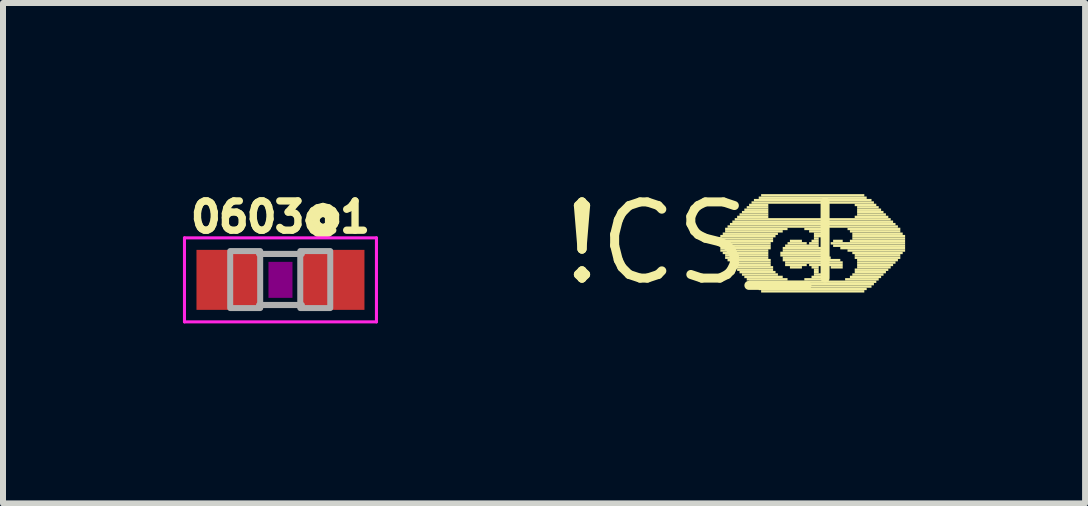
<source format=kicad_pcb>
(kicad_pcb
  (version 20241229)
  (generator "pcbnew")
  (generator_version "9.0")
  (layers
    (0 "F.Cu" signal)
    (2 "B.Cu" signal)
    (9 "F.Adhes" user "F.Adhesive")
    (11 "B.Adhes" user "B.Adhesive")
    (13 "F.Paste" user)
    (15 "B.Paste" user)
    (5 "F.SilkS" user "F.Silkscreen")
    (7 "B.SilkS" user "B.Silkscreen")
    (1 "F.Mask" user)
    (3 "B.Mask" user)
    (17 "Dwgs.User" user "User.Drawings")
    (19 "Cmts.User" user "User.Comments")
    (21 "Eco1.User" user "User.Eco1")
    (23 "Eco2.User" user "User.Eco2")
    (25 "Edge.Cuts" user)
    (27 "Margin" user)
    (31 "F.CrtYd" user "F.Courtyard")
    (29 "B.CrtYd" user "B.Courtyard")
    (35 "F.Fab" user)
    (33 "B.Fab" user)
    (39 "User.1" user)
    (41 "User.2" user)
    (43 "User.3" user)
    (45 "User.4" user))
  (footprint "0603@1"
    (layer "F.Cu")
    (at 1.625 1.615)
    (property "Reference" "0603@1" (at 0 -0.762 0) (layer "F.SilkS") (effects (font (size 0.488 0.488) (thickness 0.122)) (justify bottom)))
    (fp_poly (pts (xy -0.2 0.3) (xy 0.2 0.3) (xy 0.2 -0.3) (xy -0.2 -0.3)) (stroke (width 0) (type default)) (fill yes) (layer "F.Adhes"))
    (fp_line (start -1.6 -0.7) (end 1.6 -0.7) (stroke (width 0.051) (type solid)) (layer "F.CrtYd"))
    (fp_line (start -1.6 0.7) (end -1.6 -0.7) (stroke (width 0.051) (type solid)) (layer "F.CrtYd"))
    (fp_line (start 1.6 -0.7) (end 1.6 0.7) (stroke (width 0.051) (type solid)) (layer "F.CrtYd"))
    (fp_line (start 1.6 0.7) (end -1.6 0.7) (stroke (width 0.051) (type solid)) (layer "F.CrtYd"))
    (fp_line (start -0.356 -0.432) (end 0.356 -0.432) (stroke (width 0.102) (type solid)) (layer "F.Fab"))
    (fp_line (start -0.356 0.419) (end 0.356 0.419) (stroke (width 0.102) (type solid)) (layer "F.Fab"))
    (fp_poly (pts (xy -0.838 0.47) (xy -0.338 0.47) (xy -0.338 -0.48) (xy -0.838 -0.48)) (stroke (width 0.1) (type default)) (fill no) (layer "F.Fab"))
    (fp_poly (pts (xy 0.33 0.47) (xy 0.83 0.47) (xy 0.83 -0.48) (xy 0.33 -0.48)) (stroke (width 0.1) (type default)) (fill no) (layer "F.Fab"))
    (pad "1" smd rect (at -0.85 0) (size 1.1 1) (layers "F.Cu" "F.Mask" "F.Paste"))
    (pad "2" smd rect (at 0.85 0) (size 1.1 1) (layers "F.Cu" "F.Mask" "F.Paste")))
  (footprint "!CS_I"
    (layer "F.Cu")
    (at 8.677 1.006)
    (property "Reference" "!CS_I" (at 0 0 0) (layer "F.SilkS") (effects (font (size 1.27 1.27) (thickness 0.15))))
    (fp_poly (pts (xy 0.28 -0.1) (xy 1.2 -0.1) (xy 1.2 -0.14) (xy 0.28 -0.14)) (stroke (width 0) (type default)) (fill yes) (layer "F.SilkS"))
    (fp_poly (pts (xy 0.28 -0.06) (xy 1.16 -0.06) (xy 1.16 -0.1) (xy 0.28 -0.1)) (stroke (width 0) (type default)) (fill yes) (layer "F.SilkS"))
    (fp_poly (pts (xy 0.28 -0.02) (xy 1.16 -0.02) (xy 1.16 -0.06) (xy 0.28 -0.06)) (stroke (width 0) (type default)) (fill yes) (layer "F.SilkS"))
    (fp_poly (pts (xy 0.28 0.02) (xy 1.12 0.02) (xy 1.12 -0.02) (xy 0.28 -0.02)) (stroke (width 0) (type default)) (fill yes) (layer "F.SilkS"))
    (fp_poly (pts (xy 0.28 0.06) (xy 1.12 0.06) (xy 1.12 0.02) (xy 0.28 0.02)) (stroke (width 0) (type default)) (fill yes) (layer "F.SilkS"))
    (fp_poly (pts (xy 0.28 0.1) (xy 1.12 0.1) (xy 1.12 0.06) (xy 0.28 0.06)) (stroke (width 0) (type default)) (fill yes) (layer "F.SilkS"))
    (fp_poly (pts (xy 0.28 0.14) (xy 1.08 0.14) (xy 1.08 0.1) (xy 0.28 0.1)) (stroke (width 0) (type default)) (fill yes) (layer "F.SilkS"))
    (fp_poly (pts (xy 0.32 -0.14) (xy 1.24 -0.14) (xy 1.24 -0.18) (xy 0.32 -0.18)) (stroke (width 0) (type default)) (fill yes) (layer "F.SilkS"))
    (fp_poly (pts (xy 0.32 0.18) (xy 1.08 0.18) (xy 1.08 0.14) (xy 0.32 0.14)) (stroke (width 0) (type default)) (fill yes) (layer "F.SilkS"))
    (fp_poly (pts (xy 0.36 -0.22) (xy 1.4 -0.22) (xy 1.4 -0.26) (xy 0.36 -0.26)) (stroke (width 0) (type default)) (fill yes) (layer "F.SilkS"))
    (fp_poly (pts (xy 0.36 -0.18) (xy 1.32 -0.18) (xy 1.32 -0.22) (xy 0.36 -0.22)) (stroke (width 0) (type default)) (fill yes) (layer "F.SilkS"))
    (fp_poly (pts (xy 0.36 0.22) (xy 1.08 0.22) (xy 1.08 0.18) (xy 0.36 0.18)) (stroke (width 0) (type default)) (fill yes) (layer "F.SilkS"))
    (fp_poly (pts (xy 0.36 0.26) (xy 1.08 0.26) (xy 1.08 0.22) (xy 0.36 0.22)) (stroke (width 0) (type default)) (fill yes) (layer "F.SilkS"))
    (fp_poly (pts (xy 0.4 -0.26) (xy 3.24 -0.26) (xy 3.24 -0.3) (xy 0.4 -0.3)) (stroke (width 0) (type default)) (fill yes) (layer "F.SilkS"))
    (fp_poly (pts (xy 0.4 0.3) (xy 1.12 0.3) (xy 1.12 0.26) (xy 0.4 0.26)) (stroke (width 0) (type default)) (fill yes) (layer "F.SilkS"))
    (fp_poly (pts (xy 0.44 -0.3) (xy 3.2 -0.3) (xy 3.2 -0.34) (xy 0.44 -0.34)) (stroke (width 0) (type default)) (fill yes) (layer "F.SilkS"))
    (fp_poly (pts (xy 0.44 0.34) (xy 1.12 0.34) (xy 1.12 0.3) (xy 0.44 0.3)) (stroke (width 0) (type default)) (fill yes) (layer "F.SilkS"))
    (fp_poly (pts (xy 0.48 -0.34) (xy 3.16 -0.34) (xy 3.16 -0.38) (xy 0.48 -0.38)) (stroke (width 0) (type default)) (fill yes) (layer "F.SilkS"))
    (fp_poly (pts (xy 0.48 0.38) (xy 1.12 0.38) (xy 1.12 0.34) (xy 0.48 0.34)) (stroke (width 0) (type default)) (fill yes) (layer "F.SilkS"))
    (fp_poly (pts (xy 0.52 -0.38) (xy 3.12 -0.38) (xy 3.12 -0.42) (xy 0.52 -0.42)) (stroke (width 0) (type default)) (fill yes) (layer "F.SilkS"))
    (fp_poly (pts (xy 0.52 0.42) (xy 1.16 0.42) (xy 1.16 0.38) (xy 0.52 0.38)) (stroke (width 0) (type default)) (fill yes) (layer "F.SilkS"))
    (fp_poly (pts (xy 0.56 -0.42) (xy 1.08 -0.42) (xy 1.08 -0.46) (xy 0.56 -0.46)) (stroke (width 0) (type default)) (fill yes) (layer "F.SilkS"))
    (fp_poly (pts (xy 0.56 0.46) (xy 1.16 0.46) (xy 1.16 0.42) (xy 0.56 0.42)) (stroke (width 0) (type default)) (fill yes) (layer "F.SilkS"))
    (fp_poly (pts (xy 0.6 -0.46) (xy 1.08 -0.46) (xy 1.08 -0.5) (xy 0.6 -0.5)) (stroke (width 0) (type default)) (fill yes) (layer "F.SilkS"))
    (fp_poly (pts (xy 0.6 0.5) (xy 1.2 0.5) (xy 1.2 0.46) (xy 0.6 0.46)) (stroke (width 0) (type default)) (fill yes) (layer "F.SilkS"))
    (fp_poly (pts (xy 0.64 -0.5) (xy 1.08 -0.5) (xy 1.08 -0.54) (xy 0.64 -0.54)) (stroke (width 0) (type default)) (fill yes) (layer "F.SilkS"))
    (fp_poly (pts (xy 0.64 0.54) (xy 1.24 0.54) (xy 1.24 0.5) (xy 0.64 0.5)) (stroke (width 0) (type default)) (fill yes) (layer "F.SilkS"))
    (fp_poly (pts (xy 0.68 -0.54) (xy 1.08 -0.54) (xy 1.08 -0.58) (xy 0.68 -0.58)) (stroke (width 0) (type default)) (fill yes) (layer "F.SilkS"))
    (fp_poly (pts (xy 0.68 0.58) (xy 1.32 0.58) (xy 1.32 0.54) (xy 0.68 0.54)) (stroke (width 0) (type default)) (fill yes) (layer "F.SilkS"))
    (fp_poly (pts (xy 0.72 -0.58) (xy 1.08 -0.58) (xy 1.08 -0.62) (xy 0.72 -0.62)) (stroke (width 0) (type default)) (fill yes) (layer "F.SilkS"))
    (fp_poly (pts (xy 0.72 0.62) (xy 1.4 0.62) (xy 1.4 0.58) (xy 0.72 0.58)) (stroke (width 0) (type default)) (fill yes) (layer "F.SilkS"))
    (fp_poly (pts (xy 0.76 -0.62) (xy 1.08 -0.62) (xy 1.08 -0.66) (xy 0.76 -0.66)) (stroke (width 0) (type default)) (fill yes) (layer "F.SilkS"))
    (fp_poly (pts (xy 0.76 0.66) (xy 2.88 0.66) (xy 2.88 0.62) (xy 0.76 0.62)) (stroke (width 0) (type default)) (fill yes) (layer "F.SilkS"))
    (fp_poly (pts (xy 0.8 -0.66) (xy 2.84 -0.66) (xy 2.84 -0.7) (xy 0.8 -0.7)) (stroke (width 0) (type default)) (fill yes) (layer "F.SilkS"))
    (fp_poly (pts (xy 0.8 0.7) (xy 2.84 0.7) (xy 2.84 0.66) (xy 0.8 0.66)) (stroke (width 0) (type default)) (fill yes) (layer "F.SilkS"))
    (fp_poly (pts (xy 0.84 -0.7) (xy 2.8 -0.7) (xy 2.8 -0.74) (xy 0.84 -0.74)) (stroke (width 0) (type default)) (fill yes) (layer "F.SilkS"))
    (fp_poly (pts (xy 0.84 0.74) (xy 2.8 0.74) (xy 2.8 0.7) (xy 0.84 0.7)) (stroke (width 0) (type default)) (fill yes) (layer "F.SilkS"))
    (fp_poly (pts (xy 0.92 -0.74) (xy 2.72 -0.74) (xy 2.72 -0.78) (xy 0.92 -0.78)) (stroke (width 0) (type default)) (fill yes) (layer "F.SilkS"))
    (fp_poly (pts (xy 0.92 0.78) (xy 2.72 0.78) (xy 2.72 0.74) (xy 0.92 0.74)) (stroke (width 0) (type default)) (fill yes) (layer "F.SilkS"))
    (fp_poly (pts (xy 0.96 -0.78) (xy 2.68 -0.78) (xy 2.68 -0.82) (xy 0.96 -0.82)) (stroke (width 0) (type default)) (fill yes) (layer "F.SilkS"))
    (fp_poly (pts (xy 0.96 0.82) (xy 2.68 0.82) (xy 2.68 0.78) (xy 0.96 0.78)) (stroke (width 0) (type default)) (fill yes) (layer "F.SilkS"))
    (fp_poly (pts (xy 1.28 0.18) (xy 2 0.18) (xy 2 0.14) (xy 1.28 0.14)) (stroke (width 0) (type default)) (fill yes) (layer "F.SilkS"))
    (fp_poly (pts (xy 1.28 0.22) (xy 2.04 0.22) (xy 2.04 0.18) (xy 1.28 0.18)) (stroke (width 0) (type default)) (fill yes) (layer "F.SilkS"))
    (fp_poly (pts (xy 1.32 0.1) (xy 1.96 0.1) (xy 1.96 0.06) (xy 1.32 0.06)) (stroke (width 0) (type default)) (fill yes) (layer "F.SilkS"))
    (fp_poly (pts (xy 1.32 0.14) (xy 1.96 0.14) (xy 1.96 0.1) (xy 1.32 0.1)) (stroke (width 0) (type default)) (fill yes) (layer "F.SilkS"))
    (fp_poly (pts (xy 1.32 0.26) (xy 2.12 0.26) (xy 2.12 0.22) (xy 1.32 0.22)) (stroke (width 0) (type default)) (fill yes) (layer "F.SilkS"))
    (fp_poly (pts (xy 1.32 0.3) (xy 2.28 0.3) (xy 2.28 0.26) (xy 1.32 0.26)) (stroke (width 0) (type default)) (fill yes) (layer "F.SilkS"))
    (fp_poly (pts (xy 1.36 0.06) (xy 1.92 0.06) (xy 1.92 0.02) (xy 1.36 0.02)) (stroke (width 0) (type default)) (fill yes) (layer "F.SilkS"))
    (fp_poly (pts (xy 1.36 0.34) (xy 2.32 0.34) (xy 2.32 0.3) (xy 1.36 0.3)) (stroke (width 0) (type default)) (fill yes) (layer "F.SilkS"))
    (fp_poly (pts (xy 1.36 0.38) (xy 1.72 0.38) (xy 1.72 0.34) (xy 1.36 0.34)) (stroke (width 0) (type default)) (fill yes) (layer "F.SilkS"))
    (fp_poly (pts (xy 1.4 0.02) (xy 1.72 0.02) (xy 1.72 -0.02) (xy 1.4 -0.02)) (stroke (width 0) (type default)) (fill yes) (layer "F.SilkS"))
    (fp_poly (pts (xy 1.44 -0.02) (xy 1.64 -0.02) (xy 1.64 -0.06) (xy 1.44 -0.06)) (stroke (width 0) (type default)) (fill yes) (layer "F.SilkS"))
    (fp_poly (pts (xy 1.44 0.42) (xy 1.64 0.42) (xy 1.64 0.38) (xy 1.44 0.38)) (stroke (width 0) (type default)) (fill yes) (layer "F.SilkS"))
    (fp_poly (pts (xy 1.68 -0.22) (xy 2.08 -0.22) (xy 2.08 -0.26) (xy 1.68 -0.26)) (stroke (width 0) (type default)) (fill yes) (layer "F.SilkS"))
    (fp_poly (pts (xy 1.68 0.62) (xy 2.08 0.62) (xy 2.08 0.58) (xy 1.68 0.58)) (stroke (width 0) (type default)) (fill yes) (layer "F.SilkS"))
    (fp_poly (pts (xy 1.76 -0.18) (xy 2 -0.18) (xy 2 -0.22) (xy 1.76 -0.22)) (stroke (width 0) (type default)) (fill yes) (layer "F.SilkS"))
    (fp_poly (pts (xy 1.76 0.02) (xy 1.92 0.02) (xy 1.92 -0.02) (xy 1.76 -0.02)) (stroke (width 0) (type default)) (fill yes) (layer "F.SilkS"))
    (fp_poly (pts (xy 1.76 0.38) (xy 1.96 0.38) (xy 1.96 0.34) (xy 1.76 0.34)) (stroke (width 0) (type default)) (fill yes) (layer "F.SilkS"))
    (fp_poly (pts (xy 1.8 -0.02) (xy 1.92 -0.02) (xy 1.92 -0.06) (xy 1.8 -0.06)) (stroke (width 0) (type default)) (fill yes) (layer "F.SilkS"))
    (fp_poly (pts (xy 1.8 0.42) (xy 1.92 0.42) (xy 1.92 0.38) (xy 1.8 0.38)) (stroke (width 0) (type default)) (fill yes) (layer "F.SilkS"))
    (fp_poly (pts (xy 1.8 0.58) (xy 2 0.58) (xy 2 0.54) (xy 1.8 0.54)) (stroke (width 0) (type default)) (fill yes) (layer "F.SilkS"))
    (fp_poly (pts (xy 1.84 -0.14) (xy 1.96 -0.14) (xy 1.96 -0.18) (xy 1.84 -0.18)) (stroke (width 0) (type default)) (fill yes) (layer "F.SilkS"))
    (fp_poly (pts (xy 1.84 -0.1) (xy 1.96 -0.1) (xy 1.96 -0.14) (xy 1.84 -0.14)) (stroke (width 0) (type default)) (fill yes) (layer "F.SilkS"))
    (fp_poly (pts (xy 1.84 -0.06) (xy 1.92 -0.06) (xy 1.92 -0.1) (xy 1.84 -0.1)) (stroke (width 0) (type default)) (fill yes) (layer "F.SilkS"))
    (fp_poly (pts (xy 1.84 0.46) (xy 1.92 0.46) (xy 1.92 0.42) (xy 1.84 0.42)) (stroke (width 0) (type default)) (fill yes) (layer "F.SilkS"))
    (fp_poly (pts (xy 1.84 0.5) (xy 1.92 0.5) (xy 1.92 0.46) (xy 1.84 0.46)) (stroke (width 0) (type default)) (fill yes) (layer "F.SilkS"))
    (fp_poly (pts (xy 1.84 0.54) (xy 1.96 0.54) (xy 1.96 0.5) (xy 1.84 0.5)) (stroke (width 0) (type default)) (fill yes) (layer "F.SilkS"))
    (fp_poly (pts (xy 2.08 0.38) (xy 2.32 0.38) (xy 2.32 0.34) (xy 2.08 0.34)) (stroke (width 0) (type default)) (fill yes) (layer "F.SilkS"))
    (fp_poly (pts (xy 2.12 0.02) (xy 3.36 0.02) (xy 3.36 -0.02) (xy 2.12 -0.02)) (stroke (width 0) (type default)) (fill yes) (layer "F.SilkS"))
    (fp_poly (pts (xy 2.12 0.42) (xy 2.32 0.42) (xy 2.32 0.38) (xy 2.12 0.38)) (stroke (width 0) (type default)) (fill yes) (layer "F.SilkS"))
    (fp_poly (pts (xy 2.16 -0.02) (xy 2.32 -0.02) (xy 2.32 -0.06) (xy 2.16 -0.06)) (stroke (width 0) (type default)) (fill yes) (layer "F.SilkS"))
    (fp_poly (pts (xy 2.16 0.06) (xy 3.36 0.06) (xy 3.36 0.02) (xy 2.16 0.02)) (stroke (width 0) (type default)) (fill yes) (layer "F.SilkS"))
    (fp_poly (pts (xy 2.28 0.1) (xy 3.36 0.1) (xy 3.36 0.06) (xy 2.28 0.06)) (stroke (width 0) (type default)) (fill yes) (layer "F.SilkS"))
    (fp_poly (pts (xy 2.36 0.62) (xy 2.92 0.62) (xy 2.92 0.58) (xy 2.36 0.58)) (stroke (width 0) (type default)) (fill yes) (layer "F.SilkS"))
    (fp_poly (pts (xy 2.4 -0.22) (xy 3.28 -0.22) (xy 3.28 -0.26) (xy 2.4 -0.26)) (stroke (width 0) (type default)) (fill yes) (layer "F.SilkS"))
    (fp_poly (pts (xy 2.4 0.14) (xy 3.36 0.14) (xy 3.36 0.1) (xy 2.4 0.1)) (stroke (width 0) (type default)) (fill yes) (layer "F.SilkS"))
    (fp_poly (pts (xy 2.44 -0.18) (xy 3.28 -0.18) (xy 3.28 -0.22) (xy 2.44 -0.22)) (stroke (width 0) (type default)) (fill yes) (layer "F.SilkS"))
    (fp_poly (pts (xy 2.44 -0.02) (xy 3.36 -0.02) (xy 3.36 -0.06) (xy 2.44 -0.06)) (stroke (width 0) (type default)) (fill yes) (layer "F.SilkS"))
    (fp_poly (pts (xy 2.44 0.58) (xy 2.96 0.58) (xy 2.96 0.54) (xy 2.44 0.54)) (stroke (width 0) (type default)) (fill yes) (layer "F.SilkS"))
    (fp_poly (pts (xy 2.48 -0.14) (xy 3.32 -0.14) (xy 3.32 -0.18) (xy 2.48 -0.18)) (stroke (width 0) (type default)) (fill yes) (layer "F.SilkS"))
    (fp_poly (pts (xy 2.48 -0.1) (xy 3.36 -0.1) (xy 3.36 -0.14) (xy 2.48 -0.14)) (stroke (width 0) (type default)) (fill yes) (layer "F.SilkS"))
    (fp_poly (pts (xy 2.48 -0.06) (xy 3.36 -0.06) (xy 3.36 -0.1) (xy 2.48 -0.1)) (stroke (width 0) (type default)) (fill yes) (layer "F.SilkS"))
    (fp_poly (pts (xy 2.48 0.18) (xy 3.32 0.18) (xy 3.32 0.14) (xy 2.48 0.14)) (stroke (width 0) (type default)) (fill yes) (layer "F.SilkS"))
    (fp_poly (pts (xy 2.48 0.54) (xy 3 0.54) (xy 3 0.5) (xy 2.48 0.5)) (stroke (width 0) (type default)) (fill yes) (layer "F.SilkS"))
    (fp_poly (pts (xy 2.52 -0.62) (xy 2.88 -0.62) (xy 2.88 -0.66) (xy 2.52 -0.66)) (stroke (width 0) (type default)) (fill yes) (layer "F.SilkS"))
    (fp_poly (pts (xy 2.52 -0.42) (xy 3.08 -0.42) (xy 3.08 -0.46) (xy 2.52 -0.46)) (stroke (width 0) (type default)) (fill yes) (layer "F.SilkS"))
    (fp_poly (pts (xy 2.52 0.22) (xy 3.28 0.22) (xy 3.28 0.18) (xy 2.52 0.18)) (stroke (width 0) (type default)) (fill yes) (layer "F.SilkS"))
    (fp_poly (pts (xy 2.52 0.26) (xy 3.28 0.26) (xy 3.28 0.22) (xy 2.52 0.22)) (stroke (width 0) (type default)) (fill yes) (layer "F.SilkS"))
    (fp_poly (pts (xy 2.52 0.46) (xy 3.08 0.46) (xy 3.08 0.42) (xy 2.52 0.42)) (stroke (width 0) (type default)) (fill yes) (layer "F.SilkS"))
    (fp_poly (pts (xy 2.52 0.5) (xy 3.04 0.5) (xy 3.04 0.46) (xy 2.52 0.46)) (stroke (width 0) (type default)) (fill yes) (layer "F.SilkS"))
    (fp_poly (pts (xy 2.56 -0.58) (xy 2.92 -0.58) (xy 2.92 -0.62) (xy 2.56 -0.62)) (stroke (width 0) (type default)) (fill yes) (layer "F.SilkS"))
    (fp_poly (pts (xy 2.56 -0.54) (xy 2.96 -0.54) (xy 2.96 -0.58) (xy 2.56 -0.58)) (stroke (width 0) (type default)) (fill yes) (layer "F.SilkS"))
    (fp_poly (pts (xy 2.56 -0.5) (xy 3 -0.5) (xy 3 -0.54) (xy 2.56 -0.54)) (stroke (width 0) (type default)) (fill yes) (layer "F.SilkS"))
    (fp_poly (pts (xy 2.56 -0.46) (xy 3.04 -0.46) (xy 3.04 -0.5) (xy 2.56 -0.5)) (stroke (width 0) (type default)) (fill yes) (layer "F.SilkS"))
    (fp_poly (pts (xy 2.56 0.3) (xy 3.24 0.3) (xy 3.24 0.26) (xy 2.56 0.26)) (stroke (width 0) (type default)) (fill yes) (layer "F.SilkS"))
    (fp_poly (pts (xy 2.56 0.34) (xy 3.2 0.34) (xy 3.2 0.3) (xy 2.56 0.3)) (stroke (width 0) (type default)) (fill yes) (layer "F.SilkS"))
    (fp_poly (pts (xy 2.56 0.38) (xy 3.16 0.38) (xy 3.16 0.34) (xy 2.56 0.34)) (stroke (width 0) (type default)) (fill yes) (layer "F.SilkS"))
    (fp_poly (pts (xy 2.56 0.42) (xy 3.12 0.42) (xy 3.12 0.38) (xy 2.56 0.38)) (stroke (width 0) (type default)) (fill yes) (layer "F.SilkS")))
  (gr_rect
    (start -3 -3)
    (end 15.037 5.341)
    (stroke (width 0.1) (type default))
    (fill no)
    (layer "Edge.Cuts")))
</source>
